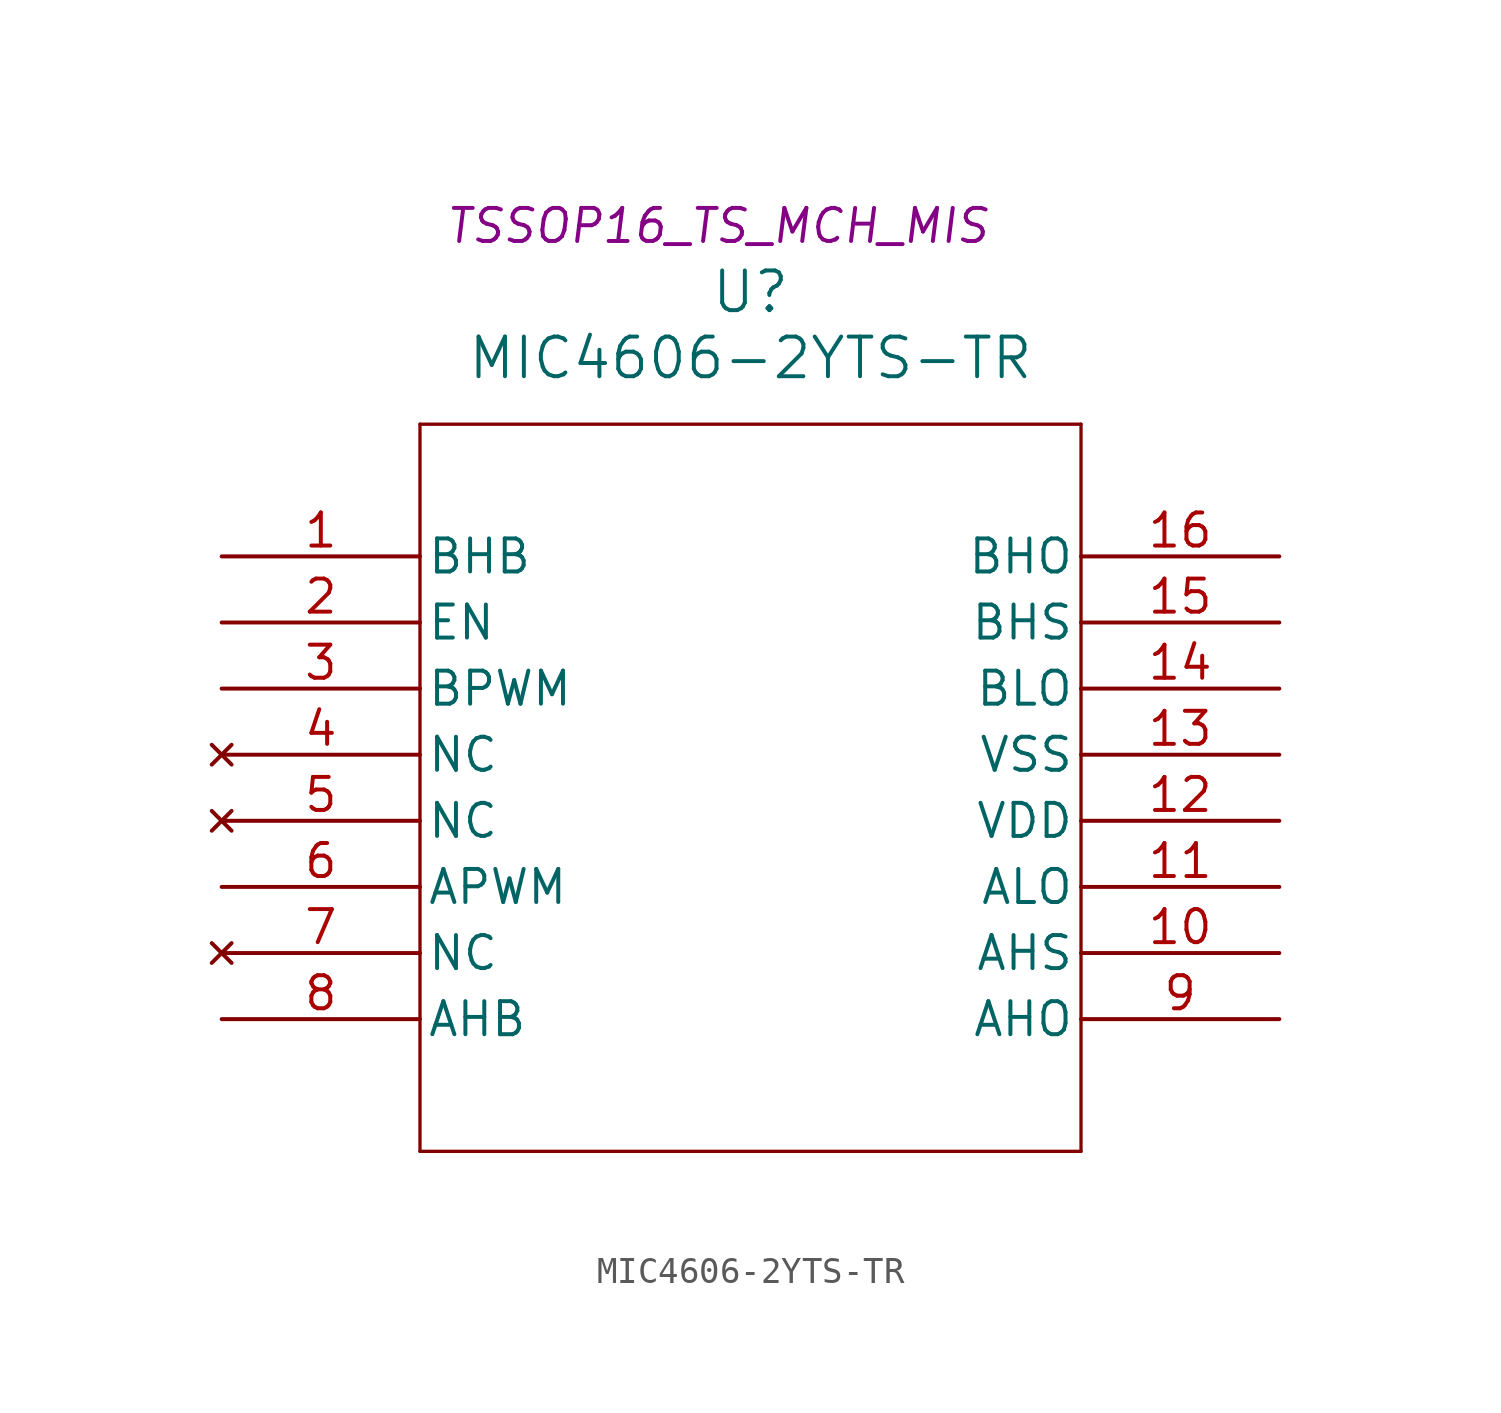
<source format=kicad_sym>
(kicad_symbol_lib
  (version 20220914)
  (generator kicad_symbol_editor)
  (symbol "MIC4606-2YTS-TR"
    (pin_names
      (offset 0.254))
    (property "Reference" "U"
      (at 1.27 -2.54 0)
      (effects (font (size 1.524 1.524))))
    (property "Value" "MIC4606-2YTS-TR"
      (at 1.27 -5.08 0)
      (effects (font (size 1.524 1.524))))
    (property "Footprint" "TSSOP16_TS_MCH_MIS"
      (at 0 0 0)
      (effects (font (size 1.27 1.27) italic)))
    (symbol "MIC4606-2YTS-TR_0_1"
      (polyline (pts (xy -11.43 -35.56) (xy 13.97 -35.56)) (stroke (width 0.127) (type default)) (fill (type none)))
      (polyline (pts (xy -11.43 -7.62) (xy -11.43 -35.56)) (stroke (width 0.127) (type default)) (fill (type none)))
      (polyline (pts (xy 13.97 -35.56) (xy 13.97 -7.62)) (stroke (width 0.127) (type default)) (fill (type none)))
      (pin power_in line (at -19.05 -12.7 0) (length 7.62) (name "BHB" (effects (font (size 1.27 1.27)))) (number "1" (effects (font (size 1.27 1.27)))))
      (pin power_in line (at 21.59 -27.94 180) (length 7.62) (name "AHS" (effects (font (size 1.27 1.27)))) (number "10" (effects (font (size 1.27 1.27)))))
      (pin output line (at 21.59 -25.4 180) (length 7.62) (name "ALO" (effects (font (size 1.27 1.27)))) (number "11" (effects (font (size 1.27 1.27)))))
      (pin power_in line (at 21.59 -22.86 180) (length 7.62) (name "VDD" (effects (font (size 1.27 1.27)))) (number "12" (effects (font (size 1.27 1.27)))))
      (pin power_out line (at 21.59 -20.32 180) (length 7.62) (name "VSS" (effects (font (size 1.27 1.27)))) (number "13" (effects (font (size 1.27 1.27)))))
      (pin output line (at 21.59 -17.78 180) (length 7.62) (name "BLO" (effects (font (size 1.27 1.27)))) (number "14" (effects (font (size 1.27 1.27)))))
      (pin power_in line (at 21.59 -15.24 180) (length 7.62) (name "BHS" (effects (font (size 1.27 1.27)))) (number "15" (effects (font (size 1.27 1.27)))))
      (pin output line (at 21.59 -12.7 180) (length 7.62) (name "BHO" (effects (font (size 1.27 1.27)))) (number "16" (effects (font (size 1.27 1.27)))))
      (pin input line (at -19.05 -15.24 0) (length 7.62) (name "EN" (effects (font (size 1.27 1.27)))) (number "2" (effects (font (size 1.27 1.27)))))
      (pin input line (at -19.05 -17.78 0) (length 7.62) (name "BPWM" (effects (font (size 1.27 1.27)))) (number "3" (effects (font (size 1.27 1.27)))))
      (pin no_connect line (at -19.05 -20.32 0) (length 7.62) (name "NC" (effects (font (size 1.27 1.27)))) (number "4" (effects (font (size 1.27 1.27)))))
      (pin no_connect line (at -19.05 -22.86 0) (length 7.62) (name "NC" (effects (font (size 1.27 1.27)))) (number "5" (effects (font (size 1.27 1.27)))))
      (pin input line (at -19.05 -25.4 0) (length 7.62) (name "APWM" (effects (font (size 1.27 1.27)))) (number "6" (effects (font (size 1.27 1.27)))))
      (pin no_connect line (at -19.05 -27.94 0) (length 7.62) (name "NC" (effects (font (size 1.27 1.27)))) (number "7" (effects (font (size 1.27 1.27)))))
      (pin power_in line (at -19.05 -30.48 0) (length 7.62) (name "AHB" (effects (font (size 1.27 1.27)))) (number "8" (effects (font (size 1.27 1.27)))))
      (pin output line (at 21.59 -30.48 180) (length 7.62) (name "AHO" (effects (font (size 1.27 1.27)))) (number "9" (effects (font (size 1.27 1.27))))))
    (symbol "MIC4606-2YTS-TR_1_1"
      (polyline (pts (xy 13.97 -7.62) (xy -11.43 -7.62)) (stroke (width 0.127) (type default)) (fill (type background))))))
</source>
